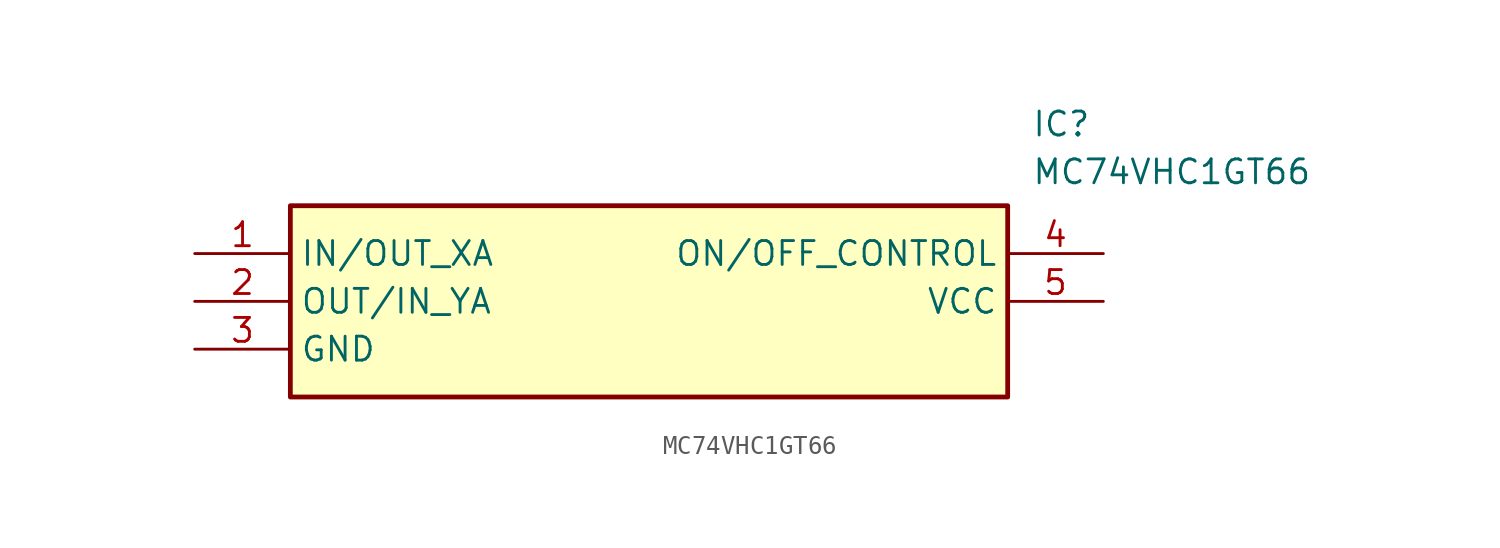
<source format=kicad_sym>
(kicad_symbol_lib
  (version 20220914)
  (generator kicad_symbol_editor)
  (symbol "MC74VHC1GT66"
    (property "Reference" "IC"
      (at 44.45 7.62 0)
      (effects (font (size 1.27 1.27)) (justify left top)))
    (property "Value" "MC74VHC1GT66"
      (at 44.45 5.08 0)
      (effects (font (size 1.27 1.27)) (justify left top)))
    (symbol "MC74VHC1GT66_1_1"
      (rectangle (start 5.08 2.54) (end 43.18 -7.62) (stroke (width 0.254) (type default)) (fill (type background)))
      (pin passive line (at 0 0 0) (length 5.08) (name "IN/OUT_XA" (effects (font (size 1.27 1.27)))) (number "1" (effects (font (size 1.27 1.27)))))
      (pin passive line (at 0 -2.54 0) (length 5.08) (name "OUT/IN_YA" (effects (font (size 1.27 1.27)))) (number "2" (effects (font (size 1.27 1.27)))))
      (pin passive line (at 0 -5.08 0) (length 5.08) (name "GND" (effects (font (size 1.27 1.27)))) (number "3" (effects (font (size 1.27 1.27)))))
      (pin passive line (at 48.26 0 180) (length 5.08) (name "ON/OFF_CONTROL" (effects (font (size 1.27 1.27)))) (number "4" (effects (font (size 1.27 1.27)))))
      (pin passive line (at 48.26 -2.54 180) (length 5.08) (name "VCC" (effects (font (size 1.27 1.27)))) (number "5" (effects (font (size 1.27 1.27))))))))
</source>
